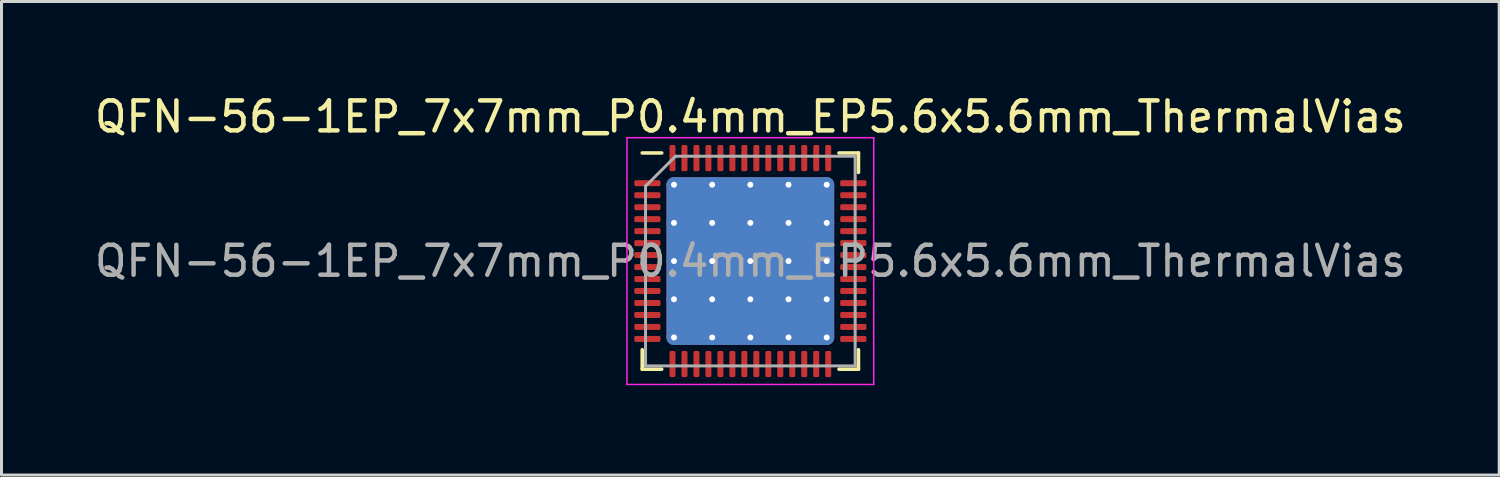
<source format=kicad_pcb>
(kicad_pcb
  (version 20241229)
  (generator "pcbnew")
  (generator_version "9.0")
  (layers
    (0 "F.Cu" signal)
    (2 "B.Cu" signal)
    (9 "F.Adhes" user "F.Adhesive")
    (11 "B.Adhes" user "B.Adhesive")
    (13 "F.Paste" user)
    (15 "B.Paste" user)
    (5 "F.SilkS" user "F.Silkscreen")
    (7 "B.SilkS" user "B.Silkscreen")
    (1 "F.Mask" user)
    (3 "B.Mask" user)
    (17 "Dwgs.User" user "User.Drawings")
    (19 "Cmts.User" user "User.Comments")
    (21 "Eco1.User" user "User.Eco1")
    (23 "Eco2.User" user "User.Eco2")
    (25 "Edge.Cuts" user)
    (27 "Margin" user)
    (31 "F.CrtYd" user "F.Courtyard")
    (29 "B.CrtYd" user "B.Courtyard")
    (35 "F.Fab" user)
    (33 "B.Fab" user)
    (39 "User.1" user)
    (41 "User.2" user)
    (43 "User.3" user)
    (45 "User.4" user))
  (footprint "QFN-56-1EP_7x7mm_P0.4mm_EP5.6x5.6mm_ThermalVias"
    (layer "F.Cu")
    (at 22.006 5.668)
    (property "Reference" "QFN-56-1EP_7x7mm_P0.4mm_EP5.6x5.6mm_ThermalVias" (at 0 -4.82 0) (layer "F.SilkS") (effects (font (size 1 1) (thickness 0.15))))
    (attr smd)
    (fp_line (start -3.61 3.61) (end -3.61 2.96) (stroke (width 0.12) (type solid)) (layer "F.SilkS"))
    (fp_line (start -2.96 -3.61) (end -3.61 -3.61) (stroke (width 0.12) (type solid)) (layer "F.SilkS"))
    (fp_line (start -2.96 3.61) (end -3.61 3.61) (stroke (width 0.12) (type solid)) (layer "F.SilkS"))
    (fp_line (start 2.96 -3.61) (end 3.61 -3.61) (stroke (width 0.12) (type solid)) (layer "F.SilkS"))
    (fp_line (start 2.96 3.61) (end 3.61 3.61) (stroke (width 0.12) (type solid)) (layer "F.SilkS"))
    (fp_line (start 3.61 -3.61) (end 3.61 -2.96) (stroke (width 0.12) (type solid)) (layer "F.SilkS"))
    (fp_line (start 3.61 3.61) (end 3.61 2.96) (stroke (width 0.12) (type solid)) (layer "F.SilkS"))
    (fp_line (start -4.12 -4.12) (end -4.12 4.12) (stroke (width 0.05) (type solid)) (layer "F.CrtYd"))
    (fp_line (start -4.12 4.12) (end 4.12 4.12) (stroke (width 0.05) (type solid)) (layer "F.CrtYd"))
    (fp_line (start 4.12 -4.12) (end -4.12 -4.12) (stroke (width 0.05) (type solid)) (layer "F.CrtYd"))
    (fp_line (start 4.12 4.12) (end 4.12 -4.12) (stroke (width 0.05) (type solid)) (layer "F.CrtYd"))
    (fp_line (start -3.5 -2.5) (end -2.5 -3.5) (stroke (width 0.1) (type solid)) (layer "F.Fab"))
    (fp_line (start -3.5 3.5) (end -3.5 -2.5) (stroke (width 0.1) (type solid)) (layer "F.Fab"))
    (fp_line (start -2.5 -3.5) (end 3.5 -3.5) (stroke (width 0.1) (type solid)) (layer "F.Fab"))
    (fp_line (start 3.5 -3.5) (end 3.5 3.5) (stroke (width 0.1) (type solid)) (layer "F.Fab"))
    (fp_line (start 3.5 3.5) (end -3.5 3.5) (stroke (width 0.1) (type solid)) (layer "F.Fab"))
    (fp_text user "${REFERENCE}" (at 0 0 0) (layer "F.Fab") (effects (font (size 1 1) (thickness 0.15))))
    (pad "" smd roundrect (at -1.913 -1.913) (size 1.084 1.084) (layers "F.Paste") (roundrect_rratio 0.231))
    (pad "" smd roundrect (at -1.913 -0.637) (size 1.084 1.084) (layers "F.Paste") (roundrect_rratio 0.231))
    (pad "" smd roundrect (at -1.913 0.637) (size 1.084 1.084) (layers "F.Paste") (roundrect_rratio 0.231))
    (pad "" smd roundrect (at -1.913 1.913) (size 1.084 1.084) (layers "F.Paste") (roundrect_rratio 0.231))
    (pad "" smd roundrect (at -0.637 -1.913) (size 1.084 1.084) (layers "F.Paste") (roundrect_rratio 0.231))
    (pad "" smd roundrect (at -0.637 -0.637) (size 1.084 1.084) (layers "F.Paste") (roundrect_rratio 0.231))
    (pad "" smd roundrect (at -0.637 0.637) (size 1.084 1.084) (layers "F.Paste") (roundrect_rratio 0.231))
    (pad "" smd roundrect (at -0.637 1.913) (size 1.084 1.084) (layers "F.Paste") (roundrect_rratio 0.231))
    (pad "" smd roundrect (at 0.637 -1.913) (size 1.084 1.084) (layers "F.Paste") (roundrect_rratio 0.231))
    (pad "" smd roundrect (at 0.637 -0.637) (size 1.084 1.084) (layers "F.Paste") (roundrect_rratio 0.231))
    (pad "" smd roundrect (at 0.637 0.637) (size 1.084 1.084) (layers "F.Paste") (roundrect_rratio 0.231))
    (pad "" smd roundrect (at 0.637 1.913) (size 1.084 1.084) (layers "F.Paste") (roundrect_rratio 0.231))
    (pad "" smd roundrect (at 1.913 -1.913) (size 1.084 1.084) (layers "F.Paste") (roundrect_rratio 0.231))
    (pad "" smd roundrect (at 1.913 -0.637) (size 1.084 1.084) (layers "F.Paste") (roundrect_rratio 0.231))
    (pad "" smd roundrect (at 1.913 0.637) (size 1.084 1.084) (layers "F.Paste") (roundrect_rratio 0.231))
    (pad "" smd roundrect (at 1.913 1.913) (size 1.084 1.084) (layers "F.Paste") (roundrect_rratio 0.231))
    (pad "1" smd roundrect (at -3.438 -2.6) (size 0.875 0.2) (layers "F.Cu" "F.Mask" "F.Paste") (roundrect_rratio 0.25))
    (pad "2" smd roundrect (at -3.438 -2.2) (size 0.875 0.2) (layers "F.Cu" "F.Mask" "F.Paste") (roundrect_rratio 0.25))
    (pad "3" smd roundrect (at -3.438 -1.8) (size 0.875 0.2) (layers "F.Cu" "F.Mask" "F.Paste") (roundrect_rratio 0.25))
    (pad "4" smd roundrect (at -3.438 -1.4) (size 0.875 0.2) (layers "F.Cu" "F.Mask" "F.Paste") (roundrect_rratio 0.25))
    (pad "5" smd roundrect (at -3.438 -1) (size 0.875 0.2) (layers "F.Cu" "F.Mask" "F.Paste") (roundrect_rratio 0.25))
    (pad "6" smd roundrect (at -3.438 -0.6) (size 0.875 0.2) (layers "F.Cu" "F.Mask" "F.Paste") (roundrect_rratio 0.25))
    (pad "7" smd roundrect (at -3.438 -0.2) (size 0.875 0.2) (layers "F.Cu" "F.Mask" "F.Paste") (roundrect_rratio 0.25))
    (pad "8" smd roundrect (at -3.438 0.2) (size 0.875 0.2) (layers "F.Cu" "F.Mask" "F.Paste") (roundrect_rratio 0.25))
    (pad "9" smd roundrect (at -3.438 0.6) (size 0.875 0.2) (layers "F.Cu" "F.Mask" "F.Paste") (roundrect_rratio 0.25))
    (pad "10" smd roundrect (at -3.438 1) (size 0.875 0.2) (layers "F.Cu" "F.Mask" "F.Paste") (roundrect_rratio 0.25))
    (pad "11" smd roundrect (at -3.438 1.4) (size 0.875 0.2) (layers "F.Cu" "F.Mask" "F.Paste") (roundrect_rratio 0.25))
    (pad "12" smd roundrect (at -3.438 1.8) (size 0.875 0.2) (layers "F.Cu" "F.Mask" "F.Paste") (roundrect_rratio 0.25))
    (pad "13" smd roundrect (at -3.438 2.2) (size 0.875 0.2) (layers "F.Cu" "F.Mask" "F.Paste") (roundrect_rratio 0.25))
    (pad "14" smd roundrect (at -3.438 2.6) (size 0.875 0.2) (layers "F.Cu" "F.Mask" "F.Paste") (roundrect_rratio 0.25))
    (pad "15" smd roundrect (at -2.6 3.438) (size 0.2 0.875) (layers "F.Cu" "F.Mask" "F.Paste") (roundrect_rratio 0.25))
    (pad "16" smd roundrect (at -2.2 3.438) (size 0.2 0.875) (layers "F.Cu" "F.Mask" "F.Paste") (roundrect_rratio 0.25))
    (pad "17" smd roundrect (at -1.8 3.438) (size 0.2 0.875) (layers "F.Cu" "F.Mask" "F.Paste") (roundrect_rratio 0.25))
    (pad "18" smd roundrect (at -1.4 3.438) (size 0.2 0.875) (layers "F.Cu" "F.Mask" "F.Paste") (roundrect_rratio 0.25))
    (pad "19" smd roundrect (at -1 3.438) (size 0.2 0.875) (layers "F.Cu" "F.Mask" "F.Paste") (roundrect_rratio 0.25))
    (pad "20" smd roundrect (at -0.6 3.438) (size 0.2 0.875) (layers "F.Cu" "F.Mask" "F.Paste") (roundrect_rratio 0.25))
    (pad "21" smd roundrect (at -0.2 3.438) (size 0.2 0.875) (layers "F.Cu" "F.Mask" "F.Paste") (roundrect_rratio 0.25))
    (pad "22" smd roundrect (at 0.2 3.438) (size 0.2 0.875) (layers "F.Cu" "F.Mask" "F.Paste") (roundrect_rratio 0.25))
    (pad "23" smd roundrect (at 0.6 3.438) (size 0.2 0.875) (layers "F.Cu" "F.Mask" "F.Paste") (roundrect_rratio 0.25))
    (pad "24" smd roundrect (at 1 3.438) (size 0.2 0.875) (layers "F.Cu" "F.Mask" "F.Paste") (roundrect_rratio 0.25))
    (pad "25" smd roundrect (at 1.4 3.438) (size 0.2 0.875) (layers "F.Cu" "F.Mask" "F.Paste") (roundrect_rratio 0.25))
    (pad "26" smd roundrect (at 1.8 3.438) (size 0.2 0.875) (layers "F.Cu" "F.Mask" "F.Paste") (roundrect_rratio 0.25))
    (pad "27" smd roundrect (at 2.2 3.438) (size 0.2 0.875) (layers "F.Cu" "F.Mask" "F.Paste") (roundrect_rratio 0.25))
    (pad "28" smd roundrect (at 2.6 3.438) (size 0.2 0.875) (layers "F.Cu" "F.Mask" "F.Paste") (roundrect_rratio 0.25))
    (pad "29" smd roundrect (at 3.438 2.6) (size 0.875 0.2) (layers "F.Cu" "F.Mask" "F.Paste") (roundrect_rratio 0.25))
    (pad "30" smd roundrect (at 3.438 2.2) (size 0.875 0.2) (layers "F.Cu" "F.Mask" "F.Paste") (roundrect_rratio 0.25))
    (pad "31" smd roundrect (at 3.438 1.8) (size 0.875 0.2) (layers "F.Cu" "F.Mask" "F.Paste") (roundrect_rratio 0.25))
    (pad "32" smd roundrect (at 3.438 1.4) (size 0.875 0.2) (layers "F.Cu" "F.Mask" "F.Paste") (roundrect_rratio 0.25))
    (pad "33" smd roundrect (at 3.438 1) (size 0.875 0.2) (layers "F.Cu" "F.Mask" "F.Paste") (roundrect_rratio 0.25))
    (pad "34" smd roundrect (at 3.438 0.6) (size 0.875 0.2) (layers "F.Cu" "F.Mask" "F.Paste") (roundrect_rratio 0.25))
    (pad "35" smd roundrect (at 3.438 0.2) (size 0.875 0.2) (layers "F.Cu" "F.Mask" "F.Paste") (roundrect_rratio 0.25))
    (pad "36" smd roundrect (at 3.438 -0.2) (size 0.875 0.2) (layers "F.Cu" "F.Mask" "F.Paste") (roundrect_rratio 0.25))
    (pad "37" smd roundrect (at 3.438 -0.6) (size 0.875 0.2) (layers "F.Cu" "F.Mask" "F.Paste") (roundrect_rratio 0.25))
    (pad "38" smd roundrect (at 3.438 -1) (size 0.875 0.2) (layers "F.Cu" "F.Mask" "F.Paste") (roundrect_rratio 0.25))
    (pad "39" smd roundrect (at 3.438 -1.4) (size 0.875 0.2) (layers "F.Cu" "F.Mask" "F.Paste") (roundrect_rratio 0.25))
    (pad "40" smd roundrect (at 3.438 -1.8) (size 0.875 0.2) (layers "F.Cu" "F.Mask" "F.Paste") (roundrect_rratio 0.25))
    (pad "41" smd roundrect (at 3.438 -2.2) (size 0.875 0.2) (layers "F.Cu" "F.Mask" "F.Paste") (roundrect_rratio 0.25))
    (pad "42" smd roundrect (at 3.438 -2.6) (size 0.875 0.2) (layers "F.Cu" "F.Mask" "F.Paste") (roundrect_rratio 0.25))
    (pad "43" smd roundrect (at 2.6 -3.438) (size 0.2 0.875) (layers "F.Cu" "F.Mask" "F.Paste") (roundrect_rratio 0.25))
    (pad "44" smd roundrect (at 2.2 -3.438) (size 0.2 0.875) (layers "F.Cu" "F.Mask" "F.Paste") (roundrect_rratio 0.25))
    (pad "45" smd roundrect (at 1.8 -3.438) (size 0.2 0.875) (layers "F.Cu" "F.Mask" "F.Paste") (roundrect_rratio 0.25))
    (pad "46" smd roundrect (at 1.4 -3.438) (size 0.2 0.875) (layers "F.Cu" "F.Mask" "F.Paste") (roundrect_rratio 0.25))
    (pad "47" smd roundrect (at 1 -3.438) (size 0.2 0.875) (layers "F.Cu" "F.Mask" "F.Paste") (roundrect_rratio 0.25))
    (pad "48" smd roundrect (at 0.6 -3.438) (size 0.2 0.875) (layers "F.Cu" "F.Mask" "F.Paste") (roundrect_rratio 0.25))
    (pad "49" smd roundrect (at 0.2 -3.438) (size 0.2 0.875) (layers "F.Cu" "F.Mask" "F.Paste") (roundrect_rratio 0.25))
    (pad "50" smd roundrect (at -0.2 -3.438) (size 0.2 0.875) (layers "F.Cu" "F.Mask" "F.Paste") (roundrect_rratio 0.25))
    (pad "51" smd roundrect (at -0.6 -3.438) (size 0.2 0.875) (layers "F.Cu" "F.Mask" "F.Paste") (roundrect_rratio 0.25))
    (pad "52" smd roundrect (at -1 -3.438) (size 0.2 0.875) (layers "F.Cu" "F.Mask" "F.Paste") (roundrect_rratio 0.25))
    (pad "53" smd roundrect (at -1.4 -3.438) (size 0.2 0.875) (layers "F.Cu" "F.Mask" "F.Paste") (roundrect_rratio 0.25))
    (pad "54" smd roundrect (at -1.8 -3.438) (size 0.2 0.875) (layers "F.Cu" "F.Mask" "F.Paste") (roundrect_rratio 0.25))
    (pad "55" smd roundrect (at -2.2 -3.438) (size 0.2 0.875) (layers "F.Cu" "F.Mask" "F.Paste") (roundrect_rratio 0.25))
    (pad "56" smd roundrect (at -2.6 -3.438) (size 0.2 0.875) (layers "F.Cu" "F.Mask" "F.Paste") (roundrect_rratio 0.25))
    (pad "57" thru_hole circle (at -2.55 -2.55) (size 0.5 0.5) (drill 0.2) (layers "*.Cu"))
    (pad "57" thru_hole circle (at -2.55 -1.275) (size 0.5 0.5) (drill 0.2) (layers "*.Cu"))
    (pad "57" thru_hole circle (at -2.55 0) (size 0.5 0.5) (drill 0.2) (layers "*.Cu"))
    (pad "57" thru_hole circle (at -2.55 1.275) (size 0.5 0.5) (drill 0.2) (layers "*.Cu"))
    (pad "57" thru_hole circle (at -2.55 2.55) (size 0.5 0.5) (drill 0.2) (layers "*.Cu"))
    (pad "57" thru_hole circle (at -1.275 -2.55) (size 0.5 0.5) (drill 0.2) (layers "*.Cu"))
    (pad "57" thru_hole circle (at -1.275 -1.275) (size 0.5 0.5) (drill 0.2) (layers "*.Cu"))
    (pad "57" thru_hole circle (at -1.275 0) (size 0.5 0.5) (drill 0.2) (layers "*.Cu"))
    (pad "57" thru_hole circle (at -1.275 1.275) (size 0.5 0.5) (drill 0.2) (layers "*.Cu"))
    (pad "57" thru_hole circle (at -1.275 2.55) (size 0.5 0.5) (drill 0.2) (layers "*.Cu"))
    (pad "57" thru_hole circle (at 0 -2.55) (size 0.5 0.5) (drill 0.2) (layers "*.Cu"))
    (pad "57" thru_hole circle (at 0 -1.275) (size 0.5 0.5) (drill 0.2) (layers "*.Cu"))
    (pad "57" thru_hole circle (at 0 0) (size 0.5 0.5) (drill 0.2) (layers "*.Cu"))
    (pad "57" smd roundrect (at 0 0) (size 5.6 5.6) (layers "F.Cu" "F.Mask") (roundrect_rratio 0.045))
    (pad "57" smd roundrect (at 0 0) (size 5.6 5.6) (layers "B.Cu") (roundrect_rratio 0.045))
    (pad "57" thru_hole circle (at 0 1.275) (size 0.5 0.5) (drill 0.2) (layers "*.Cu"))
    (pad "57" thru_hole circle (at 0 2.55) (size 0.5 0.5) (drill 0.2) (layers "*.Cu"))
    (pad "57" thru_hole circle (at 1.275 -2.55) (size 0.5 0.5) (drill 0.2) (layers "*.Cu"))
    (pad "57" thru_hole circle (at 1.275 -1.275) (size 0.5 0.5) (drill 0.2) (layers "*.Cu"))
    (pad "57" thru_hole circle (at 1.275 0) (size 0.5 0.5) (drill 0.2) (layers "*.Cu"))
    (pad "57" thru_hole circle (at 1.275 1.275) (size 0.5 0.5) (drill 0.2) (layers "*.Cu"))
    (pad "57" thru_hole circle (at 1.275 2.55) (size 0.5 0.5) (drill 0.2) (layers "*.Cu"))
    (pad "57" thru_hole circle (at 2.55 -2.55) (size 0.5 0.5) (drill 0.2) (layers "*.Cu"))
    (pad "57" thru_hole circle (at 2.55 -1.275) (size 0.5 0.5) (drill 0.2) (layers "*.Cu"))
    (pad "57" thru_hole circle (at 2.55 0) (size 0.5 0.5) (drill 0.2) (layers "*.Cu"))
    (pad "57" thru_hole circle (at 2.55 1.275) (size 0.5 0.5) (drill 0.2) (layers "*.Cu"))
    (pad "57" thru_hole circle (at 2.55 2.55) (size 0.5 0.5) (drill 0.2) (layers "*.Cu")))
  (gr_rect
    (start -3 -3)
    (end 47.012 12.813)
    (stroke (width 0.1) (type default))
    (fill no)
    (layer "Edge.Cuts")))
</source>
